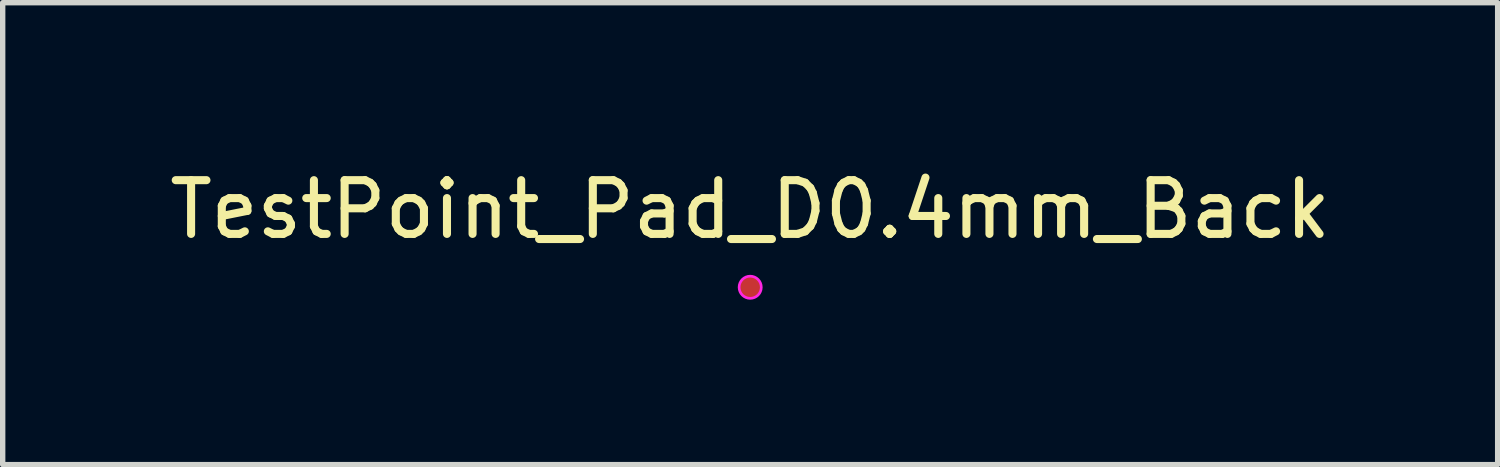
<source format=kicad_pcb>
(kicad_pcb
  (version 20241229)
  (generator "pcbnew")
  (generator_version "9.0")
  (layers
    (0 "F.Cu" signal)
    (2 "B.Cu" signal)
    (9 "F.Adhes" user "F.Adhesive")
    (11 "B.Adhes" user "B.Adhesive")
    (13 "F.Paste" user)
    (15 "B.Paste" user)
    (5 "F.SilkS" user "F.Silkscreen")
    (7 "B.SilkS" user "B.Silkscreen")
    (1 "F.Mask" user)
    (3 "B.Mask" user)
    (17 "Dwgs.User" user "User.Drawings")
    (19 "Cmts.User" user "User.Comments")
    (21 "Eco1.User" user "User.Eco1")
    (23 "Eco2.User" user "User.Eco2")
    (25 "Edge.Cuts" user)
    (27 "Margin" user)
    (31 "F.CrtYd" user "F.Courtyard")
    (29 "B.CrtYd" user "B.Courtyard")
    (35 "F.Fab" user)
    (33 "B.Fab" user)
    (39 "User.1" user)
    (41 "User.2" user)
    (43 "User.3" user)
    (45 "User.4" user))
  (footprint "TestPoint_Pad_D0.4mm_Back"
    (layer "F.Cu")
    (at 10.911 2.296)
    (property "Reference" "TestPoint_Pad_D0.4mm_Back" (at 0 -1.448 0) (layer "F.SilkS") (effects (font (size 1 1) (thickness 0.15))))
    (attr exclude_from_pos_files exclude_from_bom)
    (fp_circle (center 0 0) (end 0.2 -0.05) (stroke (width 0.05) (type solid)) (fill no) (layer "F.CrtYd"))
    (fp_circle (center 0 0) (end 0.25 0) (stroke (width 0.1) (type solid)) (fill no) (layer "User.3"))
    (fp_text user "${REFERENCE}" (at 0 -0.65 0) (layer "User.3") (effects (font (size 0.5 0.5) (thickness 0.1)) (justify mirror)))
    (pad "1" smd circle (at 0 0) (size 0.4 0.4) (layers "F.Cu" "F.Mask")))
  (gr_rect
    (start -3 -3)
    (end 24.821 5.596)
    (stroke (width 0.1) (type default))
    (fill no)
    (layer "Edge.Cuts")))
</source>
